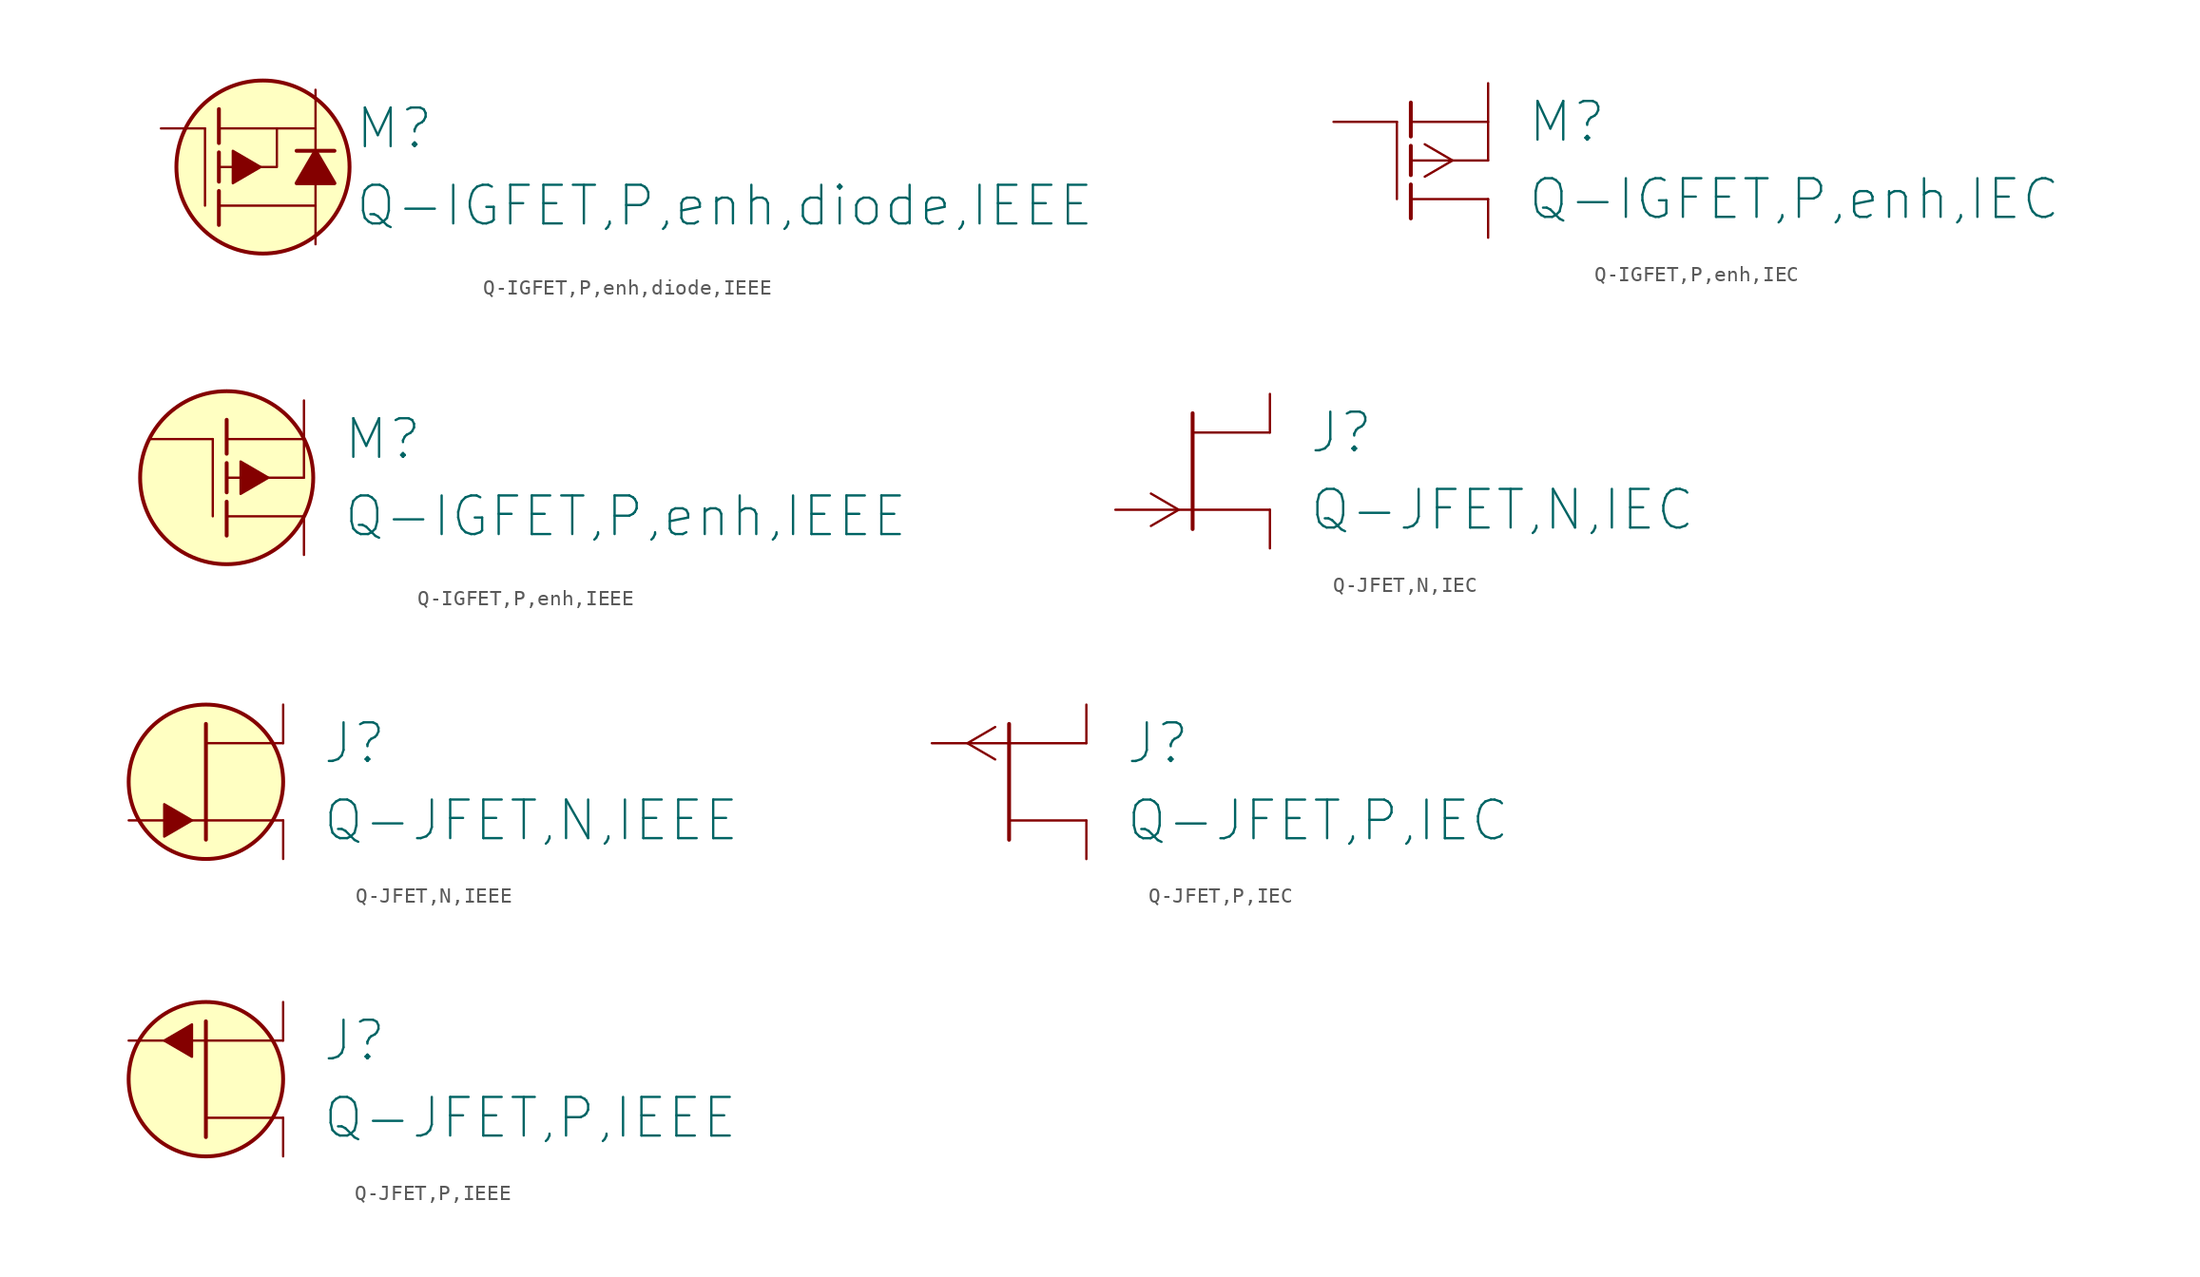
<source format=kicad_sym>
(kicad_symbol_lib
  (version 20211014)
  (generator kicad_symbol_editor)
  (symbol "Q-IGFET,P,enh,diode,IEEE"
    (pin_numbers hide)
    (pin_names
      (offset 0) hide)
    (property "Reference" "M"
      (at 7.62 2.54 0)
      (effects (font (size 2.54 2.54)) (justify left)))
    (property "Value" "Q-IGFET,P,enh,diode,IEEE"
      (at 7.62 -2.54 0)
      (effects (font (size 2.54 2.54)) (justify left)))
    (symbol "Q-IGFET,P,enh,diode,IEEE_1_1"
      (polyline (pts (xy -2.184 2.54) (xy -2.184 -2.54)) (stroke (width 0) (type default) (color 0 0 0 0)) (fill (type none)))
      (polyline (pts (xy -1.27 -1.575) (xy -1.27 -3.81)) (stroke (width 0.254) (type default) (color 0 0 0 0)) (fill (type none)))
      (polyline (pts (xy -1.27 0.965) (xy -1.27 -0.965)) (stroke (width 0.254) (type default) (color 0 0 0 0)) (fill (type none)))
      (polyline (pts (xy -1.27 3.81) (xy -1.27 1.575)) (stroke (width 0.254) (type default) (color 0 0 0 0)) (fill (type none)))
      (polyline (pts (xy 5.08 -2.54) (xy -1.27 -2.54)) (stroke (width 0) (type default) (color 0 0 0 0)) (fill (type none)))
      (polyline (pts (xy 5.08 2.54) (xy -1.27 2.54)) (stroke (width 0) (type default) (color 0 0 0 0)) (fill (type none)))
      (polyline (pts (xy 6.325 1.067) (xy 3.835 1.067)) (stroke (width 0.254) (type default) (color 0 0 0 0)) (fill (type none)))
      (polyline (pts (xy 2.54 2.54) (xy 2.54 0) (xy -1.27 0)) (stroke (width 0) (type default) (color 0 0 0 0)) (fill (type none)))
      (polyline (pts (xy -0.356 1.067) (xy 1.473 0) (xy -0.356 -1.067) (xy -0.356 1.067)) (stroke (width 0) (type default) (color 0 0 0 0)) (fill (type outline)))
      (polyline (pts (xy 3.835 -1.067) (xy 5.08 1.067) (xy 6.325 -1.067) (xy 3.835 -1.067)) (stroke (width 0.254) (type default) (color 0 0 0 0)) (fill (type outline)))
      (circle (center 1.626 0) (radius 5.69) (stroke (width 0.254) (type default) (color 0 0 0 0)) (fill (type background)))
      (pin passive line (at 5.08 -5.08 90) (length 4.013) (name "D" (effects (font (size 1.27 1.27)))) (number "1" (effects (font (size 1.829 1.829)))))
      (pin passive line (at -5.08 2.54 0) (length 2.896) (name "G" (effects (font (size 1.27 1.27)))) (number "2" (effects (font (size 1.829 1.829)))))
      (pin passive line (at 5.08 5.08 270) (length 4.013) (name "S" (effects (font (size 1.27 1.27)))) (number "3" (effects (font (size 1.829 1.829)))))))
  (symbol "Q-IGFET,P,enh,IEC"
    (pin_numbers hide)
    (pin_names
      (offset 0) hide)
    (property "Reference" "M"
      (at 7.62 2.54 0)
      (effects (font (size 2.54 2.54)) (justify left)))
    (property "Value" "Q-IGFET,P,enh,IEC"
      (at 7.62 -2.54 0)
      (effects (font (size 2.54 2.54)) (justify left)))
    (symbol "Q-IGFET,P,enh,IEC_1_1"
      (polyline (pts (xy -0.914 2.54) (xy -0.914 -2.54)) (stroke (width 0) (type default) (color 0 0 0 0)) (fill (type none)))
      (polyline (pts (xy 0 -1.575) (xy 0 -3.81)) (stroke (width 0.254) (type default) (color 0 0 0 0)) (fill (type none)))
      (polyline (pts (xy 0 0.965) (xy 0 -0.965)) (stroke (width 0.254) (type default) (color 0 0 0 0)) (fill (type none)))
      (polyline (pts (xy 0 3.81) (xy 0 1.575)) (stroke (width 0.254) (type default) (color 0 0 0 0)) (fill (type none)))
      (polyline (pts (xy 5.08 -2.54) (xy 0 -2.54)) (stroke (width 0) (type default) (color 0 0 0 0)) (fill (type none)))
      (polyline (pts (xy 5.08 0) (xy 0 0)) (stroke (width 0) (type default) (color 0 0 0 0)) (fill (type none)))
      (polyline (pts (xy 5.08 2.54) (xy 0 2.54)) (stroke (width 0) (type default) (color 0 0 0 0)) (fill (type none)))
      (polyline (pts (xy 0.914 1.067) (xy 2.743 0) (xy 0.914 -1.067)) (stroke (width 0) (type default) (color 0 0 0 0)) (fill (type none)))
      (pin passive line (at 5.08 -5.08 90) (length 2.54) (name "D" (effects (font (size 1.27 1.27)))) (number "1" (effects (font (size 1.829 1.829)))))
      (pin passive line (at -5.08 2.54 0) (length 4.166) (name "G" (effects (font (size 1.27 1.27)))) (number "2" (effects (font (size 1.829 1.829)))))
      (pin passive line (at 5.08 5.08 270) (length 5.08) (name "S" (effects (font (size 1.27 1.27)))) (number "3" (effects (font (size 1.829 1.829)))))))
  (symbol "Q-IGFET,P,enh,IEEE"
    (pin_numbers hide)
    (pin_names
      (offset 0) hide)
    (property "Reference" "M"
      (at 7.62 2.54 0)
      (effects (font (size 2.54 2.54)) (justify left)))
    (property "Value" "Q-IGFET,P,enh,IEEE"
      (at 7.62 -2.54 0)
      (effects (font (size 2.54 2.54)) (justify left)))
    (symbol "Q-IGFET,P,enh,IEEE_1_1"
      (polyline (pts (xy -0.914 2.54) (xy -0.914 -2.54)) (stroke (width 0) (type default) (color 0 0 0 0)) (fill (type none)))
      (polyline (pts (xy 0 -1.575) (xy 0 -3.81)) (stroke (width 0.254) (type default) (color 0 0 0 0)) (fill (type none)))
      (polyline (pts (xy 0 0.965) (xy 0 -0.965)) (stroke (width 0.254) (type default) (color 0 0 0 0)) (fill (type none)))
      (polyline (pts (xy 0 3.81) (xy 0 1.575)) (stroke (width 0.254) (type default) (color 0 0 0 0)) (fill (type none)))
      (polyline (pts (xy 5.08 -2.54) (xy 0 -2.54)) (stroke (width 0) (type default) (color 0 0 0 0)) (fill (type none)))
      (polyline (pts (xy 5.08 0) (xy 0 0)) (stroke (width 0) (type default) (color 0 0 0 0)) (fill (type none)))
      (polyline (pts (xy 5.08 2.54) (xy 0 2.54)) (stroke (width 0) (type default) (color 0 0 0 0)) (fill (type none)))
      (polyline (pts (xy 0.914 1.067) (xy 2.743 0) (xy 0.914 -1.067) (xy 0.914 1.067)) (stroke (width 0) (type default) (color 0 0 0 0)) (fill (type outline)))
      (circle (center 0 0) (radius 5.69) (stroke (width 0.254) (type default) (color 0 0 0 0)) (fill (type background)))
      (pin passive line (at 5.08 -5.08 90) (length 2.54) (name "D" (effects (font (size 1.27 1.27)))) (number "1" (effects (font (size 1.829 1.829)))))
      (pin passive line (at -5.08 2.54 0) (length 4.166) (name "G" (effects (font (size 1.27 1.27)))) (number "2" (effects (font (size 1.829 1.829)))))
      (pin passive line (at 5.08 5.08 270) (length 5.08) (name "S" (effects (font (size 1.27 1.27)))) (number "3" (effects (font (size 1.829 1.829)))))))
  (symbol "Q-JFET,N,IEC"
    (pin_numbers hide)
    (pin_names
      (offset 0) hide)
    (property "Reference" "J"
      (at 7.62 2.54 0)
      (effects (font (size 2.54 2.54)) (justify left)))
    (property "Value" "Q-JFET,N,IEC"
      (at 7.62 -2.54 0)
      (effects (font (size 2.54 2.54)) (justify left)))
    (symbol "Q-JFET,N,IEC_1_1"
      (polyline (pts (xy 0 3.81) (xy 0 -3.81)) (stroke (width 0.254) (type default) (color 0 0 0 0)) (fill (type none)))
      (polyline (pts (xy 5.08 2.54) (xy 0 2.54)) (stroke (width 0) (type default) (color 0 0 0 0)) (fill (type none)))
      (polyline (pts (xy -2.743 -1.473) (xy -0.914 -2.54) (xy -2.743 -3.607)) (stroke (width 0) (type default) (color 0 0 0 0)) (fill (type none)))
      (pin passive line (at 5.08 5.08 270) (length 2.54) (name "D" (effects (font (size 1.27 1.27)))) (number "1" (effects (font (size 1.829 1.829)))))
      (pin passive line (at -5.08 -2.54 0) (length 10.16) (name "G" (effects (font (size 1.27 1.27)))) (number "2" (effects (font (size 1.829 1.829)))))
      (pin passive line (at 5.08 -5.08 90) (length 2.54) (name "S" (effects (font (size 1.27 1.27)))) (number "3" (effects (font (size 1.829 1.829)))))))
  (symbol "Q-JFET,N,IEEE"
    (pin_numbers hide)
    (pin_names
      (offset 0) hide)
    (property "Reference" "J"
      (at 7.62 2.54 0)
      (effects (font (size 2.54 2.54)) (justify left)))
    (property "Value" "Q-JFET,N,IEEE"
      (at 7.62 -2.54 0)
      (effects (font (size 2.54 2.54)) (justify left)))
    (symbol "Q-JFET,N,IEEE_1_1"
      (polyline (pts (xy 0 3.81) (xy 0 -3.81)) (stroke (width 0.254) (type default) (color 0 0 0 0)) (fill (type none)))
      (polyline (pts (xy 5.08 2.54) (xy 0 2.54)) (stroke (width 0) (type default) (color 0 0 0 0)) (fill (type none)))
      (polyline (pts (xy -2.743 -1.473) (xy -0.914 -2.54) (xy -2.743 -3.607) (xy -2.743 -1.473)) (stroke (width 0) (type default) (color 0 0 0 0)) (fill (type outline)))
      (circle (center 0 0) (radius 5.08) (stroke (width 0.254) (type default) (color 0 0 0 0)) (fill (type background)))
      (pin passive line (at 5.08 5.08 270) (length 2.54) (name "D" (effects (font (size 1.27 1.27)))) (number "1" (effects (font (size 1.829 1.829)))))
      (pin passive line (at -5.08 -2.54 0) (length 10.16) (name "G" (effects (font (size 1.27 1.27)))) (number "2" (effects (font (size 1.829 1.829)))))
      (pin passive line (at 5.08 -5.08 90) (length 2.54) (name "S" (effects (font (size 1.27 1.27)))) (number "3" (effects (font (size 1.829 1.829)))))))
  (symbol "Q-JFET,P,IEC"
    (pin_numbers hide)
    (pin_names
      (offset 0) hide)
    (property "Reference" "J"
      (at 7.62 2.54 0)
      (effects (font (size 2.54 2.54)) (justify left)))
    (property "Value" "Q-JFET,P,IEC"
      (at 7.62 -2.54 0)
      (effects (font (size 2.54 2.54)) (justify left)))
    (symbol "Q-JFET,P,IEC_1_1"
      (polyline (pts (xy 0 3.81) (xy 0 -3.81)) (stroke (width 0.254) (type default) (color 0 0 0 0)) (fill (type none)))
      (polyline (pts (xy 5.08 -2.54) (xy 0 -2.54)) (stroke (width 0) (type default) (color 0 0 0 0)) (fill (type none)))
      (polyline (pts (xy -0.914 3.607) (xy -2.743 2.54) (xy -0.914 1.473)) (stroke (width 0) (type default) (color 0 0 0 0)) (fill (type none)))
      (pin passive line (at 5.08 -5.08 90) (length 2.54) (name "D" (effects (font (size 1.27 1.27)))) (number "1" (effects (font (size 1.829 1.829)))))
      (pin passive line (at -5.08 2.54 0) (length 10.16) (name "G" (effects (font (size 1.27 1.27)))) (number "2" (effects (font (size 1.829 1.829)))))
      (pin passive line (at 5.08 5.08 270) (length 2.54) (name "S" (effects (font (size 1.27 1.27)))) (number "3" (effects (font (size 1.829 1.829)))))))
  (symbol "Q-JFET,P,IEEE"
    (pin_numbers hide)
    (pin_names
      (offset 0) hide)
    (property "Reference" "J"
      (at 7.62 2.54 0)
      (effects (font (size 2.54 2.54)) (justify left)))
    (property "Value" "Q-JFET,P,IEEE"
      (at 7.62 -2.54 0)
      (effects (font (size 2.54 2.54)) (justify left)))
    (symbol "Q-JFET,P,IEEE_1_1"
      (polyline (pts (xy 0 3.81) (xy 0 -3.81)) (stroke (width 0.254) (type default) (color 0 0 0 0)) (fill (type none)))
      (polyline (pts (xy 5.08 -2.54) (xy 0 -2.54)) (stroke (width 0) (type default) (color 0 0 0 0)) (fill (type none)))
      (polyline (pts (xy -0.914 3.607) (xy -2.743 2.54) (xy -0.914 1.473) (xy -0.914 3.607)) (stroke (width 0) (type default) (color 0 0 0 0)) (fill (type outline)))
      (circle (center 0 0) (radius 5.08) (stroke (width 0.254) (type default) (color 0 0 0 0)) (fill (type background)))
      (pin passive line (at 5.08 -5.08 90) (length 2.54) (name "D" (effects (font (size 1.27 1.27)))) (number "1" (effects (font (size 1.829 1.829)))))
      (pin passive line (at -5.08 2.54 0) (length 10.16) (name "G" (effects (font (size 1.27 1.27)))) (number "2" (effects (font (size 1.829 1.829)))))
      (pin passive line (at 5.08 5.08 270) (length 2.54) (name "S" (effects (font (size 1.27 1.27)))) (number "3" (effects (font (size 1.829 1.829))))))))
</source>
